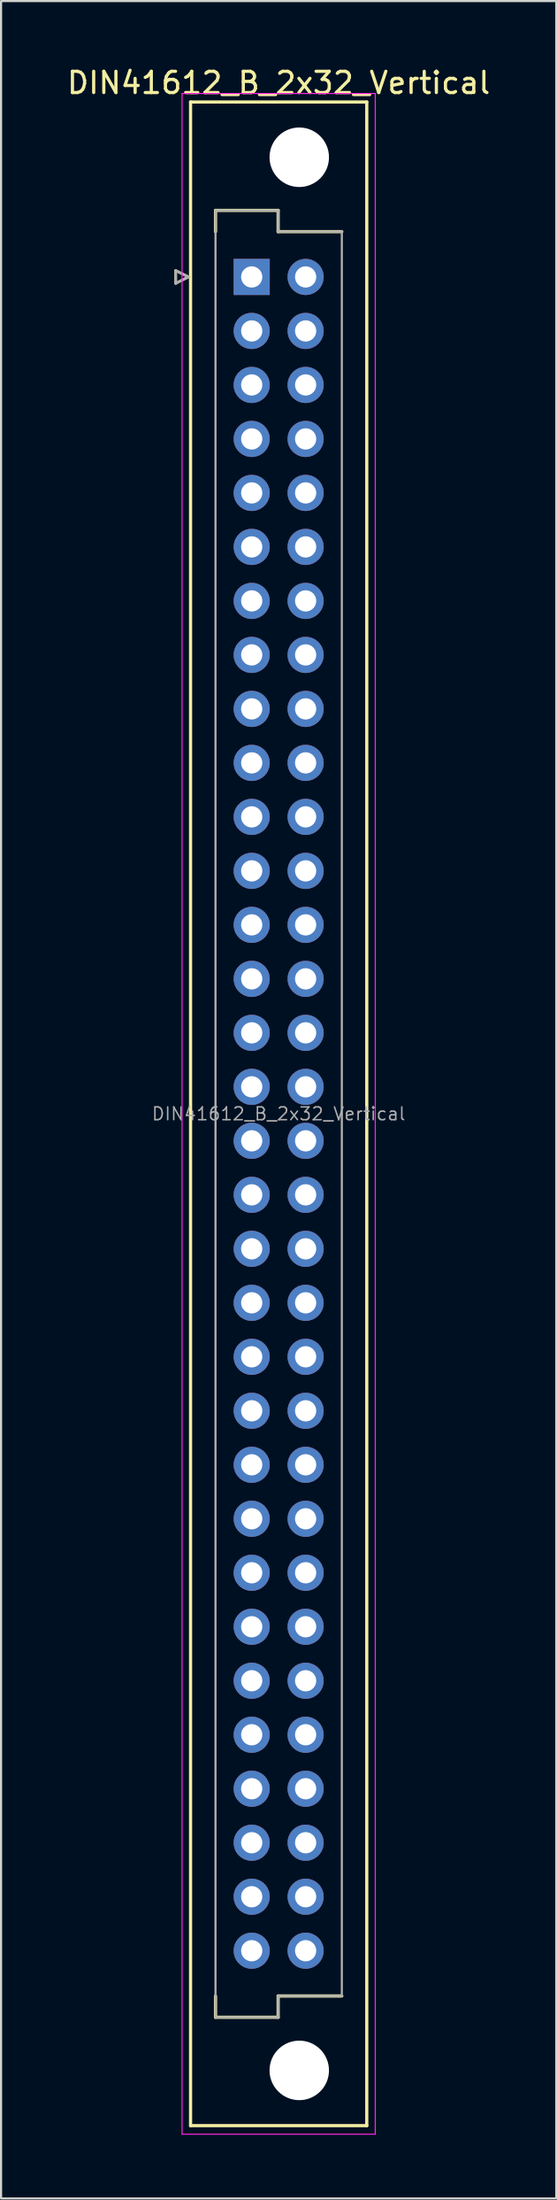
<source format=kicad_pcb>
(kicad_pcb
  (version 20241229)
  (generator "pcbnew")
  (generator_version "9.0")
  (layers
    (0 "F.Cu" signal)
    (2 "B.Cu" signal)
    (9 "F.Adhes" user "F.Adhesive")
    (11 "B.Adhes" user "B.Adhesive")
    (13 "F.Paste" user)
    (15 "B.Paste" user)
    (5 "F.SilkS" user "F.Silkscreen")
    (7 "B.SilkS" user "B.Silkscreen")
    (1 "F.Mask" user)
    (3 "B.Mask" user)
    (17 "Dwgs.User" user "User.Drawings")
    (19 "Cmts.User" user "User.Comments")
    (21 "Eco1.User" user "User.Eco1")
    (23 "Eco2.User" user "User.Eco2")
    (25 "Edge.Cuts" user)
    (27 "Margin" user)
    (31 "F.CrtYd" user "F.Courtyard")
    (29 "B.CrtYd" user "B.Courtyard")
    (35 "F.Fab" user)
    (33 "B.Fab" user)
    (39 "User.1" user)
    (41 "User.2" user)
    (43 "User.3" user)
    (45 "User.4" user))
  (footprint "DIN41612_B_2x32_Vertical"
    (layer "F.Cu")
    (at 8.807 9.978)
    (property "Reference" "DIN41612_B_2x32_Vertical" (at 1.27 -9.13 0) (layer "F.SilkS") (effects (font (size 1 1) (thickness 0.15))))
    (attr through_hole)
    (fp_line (start -3.58 -0.3) (end -3.58 0.3) (stroke (width 0.12) (type solid)) (layer "F.SilkS"))
    (fp_line (start -3.58 0.3) (end -2.98 0) (stroke (width 0.12) (type solid)) (layer "F.SilkS"))
    (fp_line (start -2.98 0) (end -3.58 -0.3) (stroke (width 0.12) (type solid)) (layer "F.SilkS"))
    (fp_line (start -2.88 -8.23) (end -2.88 86.97) (stroke (width 0.15) (type solid)) (layer "F.SilkS"))
    (fp_line (start -2.88 86.97) (end 5.42 86.97) (stroke (width 0.15) (type solid)) (layer "F.SilkS"))
    (fp_line (start -1.705 -3.13) (end 1.245 -3.13) (stroke (width 0.15) (type solid)) (layer "F.SilkS"))
    (fp_line (start -1.705 -2.13) (end -1.705 -3.13) (stroke (width 0.15) (type solid)) (layer "F.SilkS"))
    (fp_line (start -1.705 81.87) (end -1.705 80.87) (stroke (width 0.15) (type solid)) (layer "F.SilkS"))
    (fp_line (start 1.245 -3.13) (end 1.245 -2.13) (stroke (width 0.15) (type solid)) (layer "F.SilkS"))
    (fp_line (start 1.245 -2.13) (end 4.245 -2.13) (stroke (width 0.15) (type solid)) (layer "F.SilkS"))
    (fp_line (start 1.245 80.87) (end 1.245 81.87) (stroke (width 0.15) (type solid)) (layer "F.SilkS"))
    (fp_line (start 1.245 81.87) (end -1.705 81.87) (stroke (width 0.15) (type solid)) (layer "F.SilkS"))
    (fp_line (start 4.245 80.87) (end 1.245 80.87) (stroke (width 0.15) (type solid)) (layer "F.SilkS"))
    (fp_line (start 5.42 -8.23) (end -2.88 -8.23) (stroke (width 0.15) (type solid)) (layer "F.SilkS"))
    (fp_line (start 5.42 86.97) (end 5.42 -8.23) (stroke (width 0.15) (type solid)) (layer "F.SilkS"))
    (fp_line (start -3.28 -8.63) (end -3.28 87.37) (stroke (width 0.05) (type solid)) (layer "F.CrtYd"))
    (fp_line (start -3.28 87.37) (end 5.82 87.37) (stroke (width 0.05) (type solid)) (layer "F.CrtYd"))
    (fp_line (start 5.82 -8.63) (end -3.28 -8.63) (stroke (width 0.05) (type solid)) (layer "F.CrtYd"))
    (fp_line (start 5.82 87.37) (end 5.82 -8.63) (stroke (width 0.05) (type solid)) (layer "F.CrtYd"))
    (fp_line (start -3.58 -0.3) (end -3.58 0.3) (stroke (width 0.12) (type solid)) (layer "F.Fab"))
    (fp_line (start -3.58 0.3) (end -2.98 0) (stroke (width 0.12) (type solid)) (layer "F.Fab"))
    (fp_line (start -2.98 0) (end -3.58 -0.3) (stroke (width 0.12) (type solid)) (layer "F.Fab"))
    (fp_line (start -1.705 -3.13) (end 1.245 -3.13) (stroke (width 0.1) (type solid)) (layer "F.Fab"))
    (fp_line (start -1.705 -2.13) (end -1.705 -3.13) (stroke (width 0.1) (type solid)) (layer "F.Fab"))
    (fp_line (start -1.705 80.87) (end -1.705 -2.13) (stroke (width 0.1) (type solid)) (layer "F.Fab"))
    (fp_line (start -1.705 81.87) (end -1.705 80.87) (stroke (width 0.1) (type solid)) (layer "F.Fab"))
    (fp_line (start 1.245 -3.13) (end 1.245 -2.13) (stroke (width 0.1) (type solid)) (layer "F.Fab"))
    (fp_line (start 1.245 -2.13) (end 4.245 -2.13) (stroke (width 0.1) (type solid)) (layer "F.Fab"))
    (fp_line (start 1.245 80.87) (end 1.245 81.87) (stroke (width 0.1) (type solid)) (layer "F.Fab"))
    (fp_line (start 1.245 81.87) (end -1.705 81.87) (stroke (width 0.1) (type solid)) (layer "F.Fab"))
    (fp_line (start 4.245 -2.13) (end 4.245 80.87) (stroke (width 0.1) (type solid)) (layer "F.Fab"))
    (fp_line (start 4.245 80.87) (end 1.245 80.87) (stroke (width 0.1) (type solid)) (layer "F.Fab"))
    (fp_text user "${REFERENCE}" (at 1.27 39.37 0) (layer "F.Fab") (effects (font (size 0.6 0.6) (thickness 0.07))))
    (pad "" np_thru_hole circle (at 2.24 -5.63) (size 2.8 2.8) (drill 2.8) (layers "*.Cu" "*.Mask"))
    (pad "" np_thru_hole circle (at 2.24 84.37) (size 2.8 2.8) (drill 2.8) (layers "*.Cu" "*.Mask"))
    (pad "A1" thru_hole rect (at 0 0) (size 1.7 1.7) (drill 1) (layers "*.Cu" "*.Mask"))
    (pad "A2" thru_hole circle (at 0 2.54) (size 1.7 1.7) (drill 1) (layers "*.Cu" "*.Mask"))
    (pad "A3" thru_hole circle (at 0 5.08) (size 1.7 1.7) (drill 1) (layers "*.Cu" "*.Mask"))
    (pad "A4" thru_hole circle (at 0 7.62) (size 1.7 1.7) (drill 1) (layers "*.Cu" "*.Mask"))
    (pad "A5" thru_hole circle (at 0 10.16) (size 1.7 1.7) (drill 1) (layers "*.Cu" "*.Mask"))
    (pad "A6" thru_hole circle (at 0 12.7) (size 1.7 1.7) (drill 1) (layers "*.Cu" "*.Mask"))
    (pad "A7" thru_hole circle (at 0 15.24) (size 1.7 1.7) (drill 1) (layers "*.Cu" "*.Mask"))
    (pad "A8" thru_hole circle (at 0 17.78) (size 1.7 1.7) (drill 1) (layers "*.Cu" "*.Mask"))
    (pad "A9" thru_hole circle (at 0 20.32) (size 1.7 1.7) (drill 1) (layers "*.Cu" "*.Mask"))
    (pad "A10" thru_hole circle (at 0 22.86) (size 1.7 1.7) (drill 1) (layers "*.Cu" "*.Mask"))
    (pad "A11" thru_hole circle (at 0 25.4) (size 1.7 1.7) (drill 1) (layers "*.Cu" "*.Mask"))
    (pad "A12" thru_hole circle (at 0 27.94) (size 1.7 1.7) (drill 1) (layers "*.Cu" "*.Mask"))
    (pad "A13" thru_hole circle (at 0 30.48) (size 1.7 1.7) (drill 1) (layers "*.Cu" "*.Mask"))
    (pad "A14" thru_hole circle (at 0 33.02) (size 1.7 1.7) (drill 1) (layers "*.Cu" "*.Mask"))
    (pad "A15" thru_hole circle (at 0 35.56) (size 1.7 1.7) (drill 1) (layers "*.Cu" "*.Mask"))
    (pad "A16" thru_hole circle (at 0 38.1) (size 1.7 1.7) (drill 1) (layers "*.Cu" "*.Mask"))
    (pad "A17" thru_hole circle (at 0 40.64) (size 1.7 1.7) (drill 1) (layers "*.Cu" "*.Mask"))
    (pad "A18" thru_hole circle (at 0 43.18) (size 1.7 1.7) (drill 1) (layers "*.Cu" "*.Mask"))
    (pad "A19" thru_hole circle (at 0 45.72) (size 1.7 1.7) (drill 1) (layers "*.Cu" "*.Mask"))
    (pad "A20" thru_hole circle (at 0 48.26) (size 1.7 1.7) (drill 1) (layers "*.Cu" "*.Mask"))
    (pad "A21" thru_hole circle (at 0 50.8) (size 1.7 1.7) (drill 1) (layers "*.Cu" "*.Mask"))
    (pad "A22" thru_hole circle (at 0 53.34) (size 1.7 1.7) (drill 1) (layers "*.Cu" "*.Mask"))
    (pad "A23" thru_hole circle (at 0 55.88) (size 1.7 1.7) (drill 1) (layers "*.Cu" "*.Mask"))
    (pad "A24" thru_hole circle (at 0 58.42) (size 1.7 1.7) (drill 1) (layers "*.Cu" "*.Mask"))
    (pad "A25" thru_hole circle (at 0 60.96) (size 1.7 1.7) (drill 1) (layers "*.Cu" "*.Mask"))
    (pad "A26" thru_hole circle (at 0 63.5) (size 1.7 1.7) (drill 1) (layers "*.Cu" "*.Mask"))
    (pad "A27" thru_hole circle (at 0 66.04) (size 1.7 1.7) (drill 1) (layers "*.Cu" "*.Mask"))
    (pad "A28" thru_hole circle (at 0 68.58) (size 1.7 1.7) (drill 1) (layers "*.Cu" "*.Mask"))
    (pad "A29" thru_hole circle (at 0 71.12) (size 1.7 1.7) (drill 1) (layers "*.Cu" "*.Mask"))
    (pad "A30" thru_hole circle (at 0 73.66) (size 1.7 1.7) (drill 1) (layers "*.Cu" "*.Mask"))
    (pad "A31" thru_hole circle (at 0 76.2) (size 1.7 1.7) (drill 1) (layers "*.Cu" "*.Mask"))
    (pad "A32" thru_hole circle (at 0 78.74) (size 1.7 1.7) (drill 1) (layers "*.Cu" "*.Mask"))
    (pad "B1" thru_hole circle (at 2.54 0) (size 1.7 1.7) (drill 1) (layers "*.Cu" "*.Mask"))
    (pad "B2" thru_hole circle (at 2.54 2.54) (size 1.7 1.7) (drill 1) (layers "*.Cu" "*.Mask"))
    (pad "B3" thru_hole circle (at 2.54 5.08) (size 1.7 1.7) (drill 1) (layers "*.Cu" "*.Mask"))
    (pad "B4" thru_hole circle (at 2.54 7.62) (size 1.7 1.7) (drill 1) (layers "*.Cu" "*.Mask"))
    (pad "B5" thru_hole circle (at 2.54 10.16) (size 1.7 1.7) (drill 1) (layers "*.Cu" "*.Mask"))
    (pad "B6" thru_hole circle (at 2.54 12.7) (size 1.7 1.7) (drill 1) (layers "*.Cu" "*.Mask"))
    (pad "B7" thru_hole circle (at 2.54 15.24) (size 1.7 1.7) (drill 1) (layers "*.Cu" "*.Mask"))
    (pad "B8" thru_hole circle (at 2.54 17.78) (size 1.7 1.7) (drill 1) (layers "*.Cu" "*.Mask"))
    (pad "B9" thru_hole circle (at 2.54 20.32) (size 1.7 1.7) (drill 1) (layers "*.Cu" "*.Mask"))
    (pad "B10" thru_hole circle (at 2.54 22.86) (size 1.7 1.7) (drill 1) (layers "*.Cu" "*.Mask"))
    (pad "B11" thru_hole circle (at 2.54 25.4) (size 1.7 1.7) (drill 1) (layers "*.Cu" "*.Mask"))
    (pad "B12" thru_hole circle (at 2.54 27.94) (size 1.7 1.7) (drill 1) (layers "*.Cu" "*.Mask"))
    (pad "B13" thru_hole circle (at 2.54 30.48) (size 1.7 1.7) (drill 1) (layers "*.Cu" "*.Mask"))
    (pad "B14" thru_hole circle (at 2.54 33.02) (size 1.7 1.7) (drill 1) (layers "*.Cu" "*.Mask"))
    (pad "B15" thru_hole circle (at 2.54 35.56) (size 1.7 1.7) (drill 1) (layers "*.Cu" "*.Mask"))
    (pad "B16" thru_hole circle (at 2.54 38.1) (size 1.7 1.7) (drill 1) (layers "*.Cu" "*.Mask"))
    (pad "B17" thru_hole circle (at 2.54 40.64) (size 1.7 1.7) (drill 1) (layers "*.Cu" "*.Mask"))
    (pad "B18" thru_hole circle (at 2.54 43.18) (size 1.7 1.7) (drill 1) (layers "*.Cu" "*.Mask"))
    (pad "B19" thru_hole circle (at 2.54 45.72) (size 1.7 1.7) (drill 1) (layers "*.Cu" "*.Mask"))
    (pad "B20" thru_hole circle (at 2.54 48.26) (size 1.7 1.7) (drill 1) (layers "*.Cu" "*.Mask"))
    (pad "B21" thru_hole circle (at 2.54 50.8) (size 1.7 1.7) (drill 1) (layers "*.Cu" "*.Mask"))
    (pad "B22" thru_hole circle (at 2.54 53.34) (size 1.7 1.7) (drill 1) (layers "*.Cu" "*.Mask"))
    (pad "B23" thru_hole circle (at 2.54 55.88) (size 1.7 1.7) (drill 1) (layers "*.Cu" "*.Mask"))
    (pad "B24" thru_hole circle (at 2.54 58.42) (size 1.7 1.7) (drill 1) (layers "*.Cu" "*.Mask"))
    (pad "B25" thru_hole circle (at 2.54 60.96) (size 1.7 1.7) (drill 1) (layers "*.Cu" "*.Mask"))
    (pad "B26" thru_hole circle (at 2.54 63.5) (size 1.7 1.7) (drill 1) (layers "*.Cu" "*.Mask"))
    (pad "B27" thru_hole circle (at 2.54 66.04) (size 1.7 1.7) (drill 1) (layers "*.Cu" "*.Mask"))
    (pad "B28" thru_hole circle (at 2.54 68.58) (size 1.7 1.7) (drill 1) (layers "*.Cu" "*.Mask"))
    (pad "B29" thru_hole circle (at 2.54 71.12) (size 1.7 1.7) (drill 1) (layers "*.Cu" "*.Mask"))
    (pad "B30" thru_hole circle (at 2.54 73.66) (size 1.7 1.7) (drill 1) (layers "*.Cu" "*.Mask"))
    (pad "B31" thru_hole circle (at 2.54 76.2) (size 1.7 1.7) (drill 1) (layers "*.Cu" "*.Mask"))
    (pad "b32" thru_hole circle (at 2.54 78.74) (size 1.7 1.7) (drill 1) (layers "*.Cu" "*.Mask")))
  (gr_rect
    (start -3 -3)
    (end 23.155 100.373)
    (stroke (width 0.1) (type default))
    (fill no)
    (layer "Edge.Cuts")))
</source>
